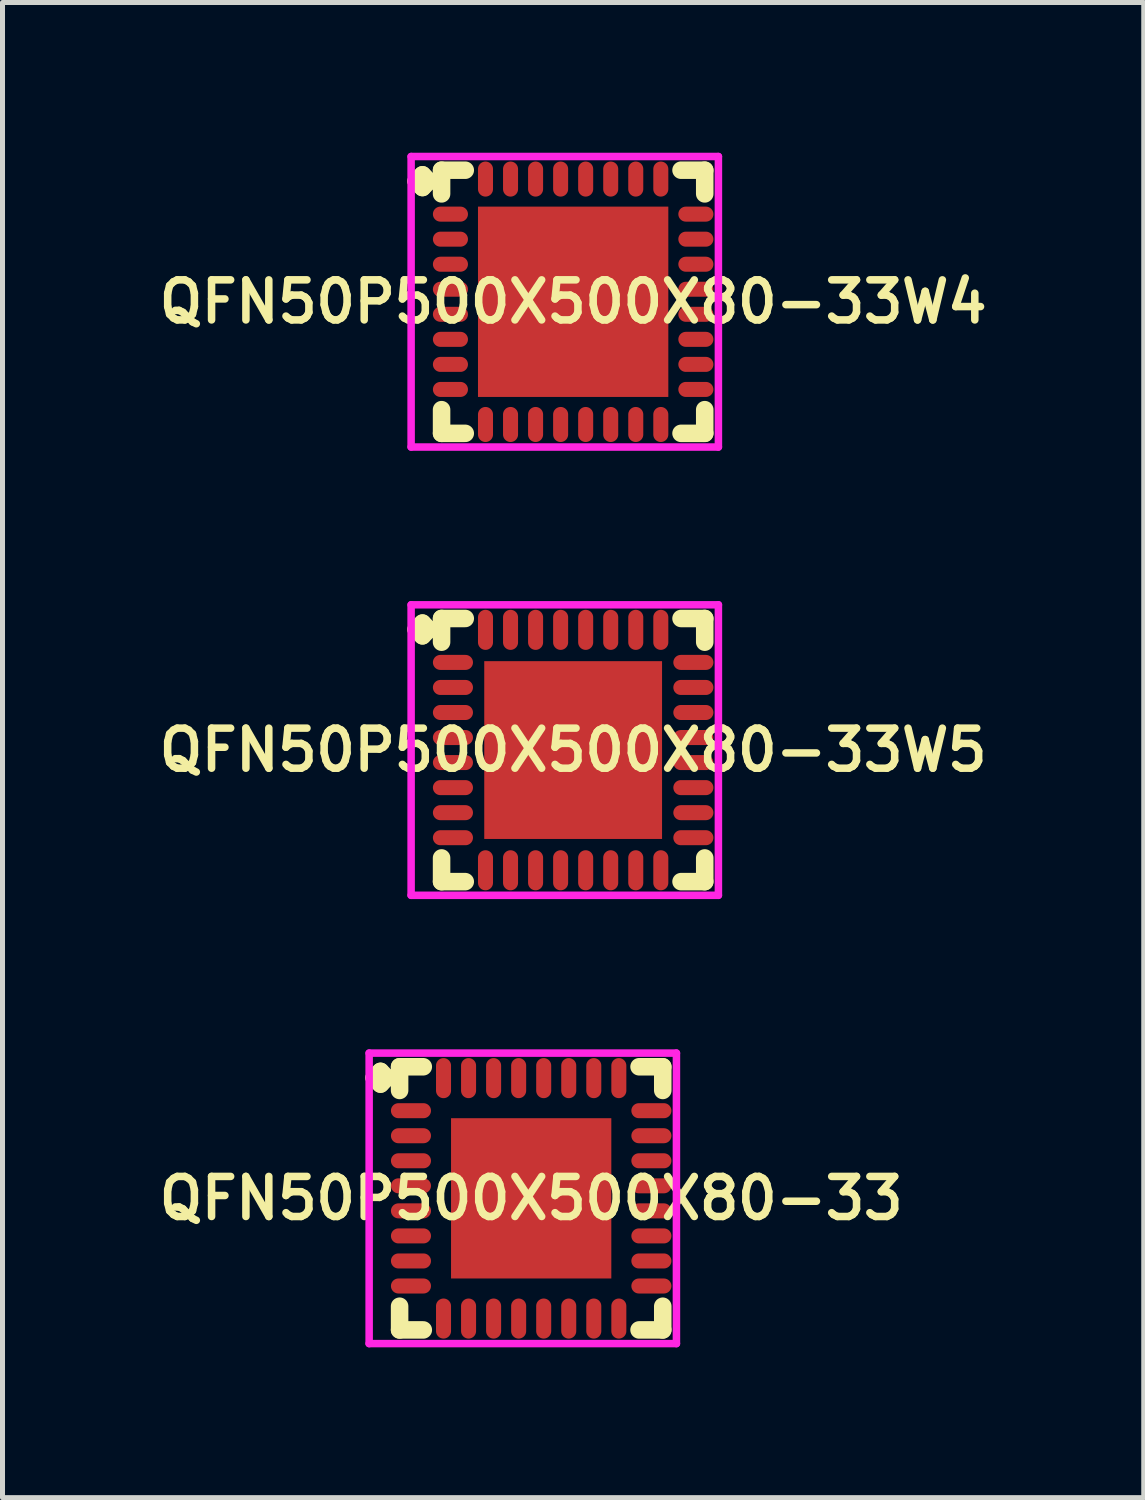
<source format=kicad_pcb>
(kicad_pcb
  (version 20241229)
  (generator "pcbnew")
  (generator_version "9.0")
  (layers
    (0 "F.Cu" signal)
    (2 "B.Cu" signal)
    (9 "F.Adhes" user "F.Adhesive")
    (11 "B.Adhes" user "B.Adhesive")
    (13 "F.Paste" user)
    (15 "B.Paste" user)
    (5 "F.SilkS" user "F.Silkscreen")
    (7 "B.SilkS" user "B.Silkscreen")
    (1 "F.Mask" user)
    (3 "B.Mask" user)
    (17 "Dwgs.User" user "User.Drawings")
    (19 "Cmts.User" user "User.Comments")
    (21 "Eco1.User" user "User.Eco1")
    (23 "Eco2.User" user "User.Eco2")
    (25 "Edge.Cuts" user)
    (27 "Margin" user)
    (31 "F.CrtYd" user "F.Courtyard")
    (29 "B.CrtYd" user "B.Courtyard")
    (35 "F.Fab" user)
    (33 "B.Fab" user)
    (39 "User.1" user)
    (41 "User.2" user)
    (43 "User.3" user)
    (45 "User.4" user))
  (footprint "QFN50P500X500X80-33W4"
    (layer "F.Cu")
    (at 8.393 2.975)
    (property "Reference" "QFN50P500X500X80-33W4" (at 0 0 0) (layer "F.SilkS") (effects (font (size 0.8 0.8) (thickness 0.15))))
    (attr smd)
    (fp_line (start -3.135 -2.408) (end -3.008 -2.535) (stroke (width 0.35) (type solid)) (layer "F.SilkS"))
    (fp_line (start -3.008 -2.535) (end -2.881 -2.408) (stroke (width 0.35) (type solid)) (layer "F.SilkS"))
    (fp_line (start -3.008 -2.281) (end -3.135 -2.408) (stroke (width 0.35) (type solid)) (layer "F.SilkS"))
    (fp_line (start -2.881 -2.408) (end -3.008 -2.281) (stroke (width 0.35) (type solid)) (layer "F.SilkS"))
    (fp_line (start -2.627 -2.627) (end -2.154 -2.627) (stroke (width 0.35) (type solid)) (layer "F.SilkS"))
    (fp_line (start -2.627 -2.154) (end -2.627 -2.627) (stroke (width 0.35) (type solid)) (layer "F.SilkS"))
    (fp_line (start -2.627 2.154) (end -2.627 2.627) (stroke (width 0.35) (type solid)) (layer "F.SilkS"))
    (fp_line (start -2.627 2.627) (end -2.154 2.627) (stroke (width 0.35) (type solid)) (layer "F.SilkS"))
    (fp_line (start 2.154 -2.627) (end 2.627 -2.627) (stroke (width 0.35) (type solid)) (layer "F.SilkS"))
    (fp_line (start 2.154 2.627) (end 2.627 2.627) (stroke (width 0.35) (type solid)) (layer "F.SilkS"))
    (fp_line (start 2.627 -2.627) (end 2.627 -2.154) (stroke (width 0.35) (type solid)) (layer "F.SilkS"))
    (fp_line (start 2.627 2.627) (end 2.627 2.154) (stroke (width 0.35) (type solid)) (layer "F.SilkS"))
    (fp_line (start -3.235 -2.9) (end 2.9 -2.9) (stroke (width 0.15) (type solid)) (layer "F.CrtYd"))
    (fp_line (start -3.235 2.9) (end -3.235 -2.9) (stroke (width 0.15) (type solid)) (layer "F.CrtYd"))
    (fp_line (start 2.9 -2.9) (end 2.9 2.9) (stroke (width 0.15) (type solid)) (layer "F.CrtYd"))
    (fp_line (start 2.9 2.9) (end -3.235 2.9) (stroke (width 0.15) (type solid)) (layer "F.CrtYd"))
    (pad "1" smd oval (at -2.45 -1.75) (size 0.7 0.3) (layers "F.Cu" "F.Mask" "F.Paste"))
    (pad "2" smd oval (at -2.45 -1.25) (size 0.7 0.3) (layers "F.Cu" "F.Mask" "F.Paste"))
    (pad "3" smd oval (at -2.45 -0.75) (size 0.7 0.3) (layers "F.Cu" "F.Mask" "F.Paste"))
    (pad "4" smd oval (at -2.45 -0.25) (size 0.7 0.3) (layers "F.Cu" "F.Mask" "F.Paste"))
    (pad "5" smd oval (at -2.45 0.25) (size 0.7 0.3) (layers "F.Cu" "F.Mask" "F.Paste"))
    (pad "6" smd oval (at -2.45 0.75) (size 0.7 0.3) (layers "F.Cu" "F.Mask" "F.Paste"))
    (pad "7" smd oval (at -2.45 1.25) (size 0.7 0.3) (layers "F.Cu" "F.Mask" "F.Paste"))
    (pad "8" smd oval (at -2.45 1.75) (size 0.7 0.3) (layers "F.Cu" "F.Mask" "F.Paste"))
    (pad "9" smd oval (at -1.75 2.45) (size 0.3 0.7) (layers "F.Cu" "F.Mask" "F.Paste"))
    (pad "10" smd oval (at -1.25 2.45) (size 0.3 0.7) (layers "F.Cu" "F.Mask" "F.Paste"))
    (pad "11" smd oval (at -0.75 2.45) (size 0.3 0.7) (layers "F.Cu" "F.Mask" "F.Paste"))
    (pad "12" smd oval (at -0.25 2.45) (size 0.3 0.7) (layers "F.Cu" "F.Mask" "F.Paste"))
    (pad "13" smd oval (at 0.25 2.45) (size 0.3 0.7) (layers "F.Cu" "F.Mask" "F.Paste"))
    (pad "14" smd oval (at 0.75 2.45) (size 0.3 0.7) (layers "F.Cu" "F.Mask" "F.Paste"))
    (pad "15" smd oval (at 1.25 2.45) (size 0.3 0.7) (layers "F.Cu" "F.Mask" "F.Paste"))
    (pad "16" smd oval (at 1.75 2.45) (size 0.3 0.7) (layers "F.Cu" "F.Mask" "F.Paste"))
    (pad "17" smd oval (at 2.45 1.75) (size 0.7 0.3) (layers "F.Cu" "F.Mask" "F.Paste"))
    (pad "18" smd oval (at 2.45 1.25) (size 0.7 0.3) (layers "F.Cu" "F.Mask" "F.Paste"))
    (pad "19" smd oval (at 2.45 0.75) (size 0.7 0.3) (layers "F.Cu" "F.Mask" "F.Paste"))
    (pad "20" smd oval (at 2.45 0.25) (size 0.7 0.3) (layers "F.Cu" "F.Mask" "F.Paste"))
    (pad "21" smd oval (at 2.45 -0.25) (size 0.7 0.3) (layers "F.Cu" "F.Mask" "F.Paste"))
    (pad "22" smd oval (at 2.45 -0.75) (size 0.7 0.3) (layers "F.Cu" "F.Mask" "F.Paste"))
    (pad "23" smd oval (at 2.45 -1.25) (size 0.7 0.3) (layers "F.Cu" "F.Mask" "F.Paste"))
    (pad "24" smd oval (at 2.45 -1.75) (size 0.7 0.3) (layers "F.Cu" "F.Mask" "F.Paste"))
    (pad "25" smd oval (at 1.75 -2.45) (size 0.3 0.7) (layers "F.Cu" "F.Mask" "F.Paste"))
    (pad "26" smd oval (at 1.25 -2.45) (size 0.3 0.7) (layers "F.Cu" "F.Mask" "F.Paste"))
    (pad "27" smd oval (at 0.75 -2.45) (size 0.3 0.7) (layers "F.Cu" "F.Mask" "F.Paste"))
    (pad "28" smd oval (at 0.25 -2.45) (size 0.3 0.7) (layers "F.Cu" "F.Mask" "F.Paste"))
    (pad "29" smd oval (at -0.25 -2.45) (size 0.3 0.7) (layers "F.Cu" "F.Mask" "F.Paste"))
    (pad "30" smd oval (at -0.75 -2.45) (size 0.3 0.7) (layers "F.Cu" "F.Mask" "F.Paste"))
    (pad "31" smd oval (at -1.25 -2.45) (size 0.3 0.7) (layers "F.Cu" "F.Mask" "F.Paste"))
    (pad "32" smd oval (at -1.75 -2.45) (size 0.3 0.7) (layers "F.Cu" "F.Mask" "F.Paste"))
    (pad "33" smd rect (at 0 0) (size 3.8 3.8) (layers "F.Cu" "F.Mask" "F.Paste")))
  (footprint "QFN50P500X500X80-33"
    (layer "F.Cu")
    (at 7.555 20.875)
    (property "Reference" "QFN50P500X500X80-33" (at 0 0 0) (layer "F.SilkS") (effects (font (size 0.8 0.8) (thickness 0.15))))
    (attr smd)
    (fp_line (start -3.135 -2.408) (end -3.008 -2.535) (stroke (width 0.35) (type solid)) (layer "F.SilkS"))
    (fp_line (start -3.008 -2.535) (end -2.881 -2.408) (stroke (width 0.35) (type solid)) (layer "F.SilkS"))
    (fp_line (start -3.008 -2.281) (end -3.135 -2.408) (stroke (width 0.35) (type solid)) (layer "F.SilkS"))
    (fp_line (start -2.881 -2.408) (end -3.008 -2.281) (stroke (width 0.35) (type solid)) (layer "F.SilkS"))
    (fp_line (start -2.627 -2.627) (end -2.154 -2.627) (stroke (width 0.35) (type solid)) (layer "F.SilkS"))
    (fp_line (start -2.627 -2.154) (end -2.627 -2.627) (stroke (width 0.35) (type solid)) (layer "F.SilkS"))
    (fp_line (start -2.627 2.154) (end -2.627 2.627) (stroke (width 0.35) (type solid)) (layer "F.SilkS"))
    (fp_line (start -2.627 2.627) (end -2.154 2.627) (stroke (width 0.35) (type solid)) (layer "F.SilkS"))
    (fp_line (start 2.154 -2.627) (end 2.627 -2.627) (stroke (width 0.35) (type solid)) (layer "F.SilkS"))
    (fp_line (start 2.154 2.627) (end 2.627 2.627) (stroke (width 0.35) (type solid)) (layer "F.SilkS"))
    (fp_line (start 2.627 -2.627) (end 2.627 -2.154) (stroke (width 0.35) (type solid)) (layer "F.SilkS"))
    (fp_line (start 2.627 2.627) (end 2.627 2.154) (stroke (width 0.35) (type solid)) (layer "F.SilkS"))
    (fp_line (start -3.235 -2.9) (end 2.9 -2.9) (stroke (width 0.15) (type solid)) (layer "F.CrtYd"))
    (fp_line (start -3.235 2.9) (end -3.235 -2.9) (stroke (width 0.15) (type solid)) (layer "F.CrtYd"))
    (fp_line (start 2.9 -2.9) (end 2.9 2.9) (stroke (width 0.15) (type solid)) (layer "F.CrtYd"))
    (fp_line (start 2.9 2.9) (end -3.235 2.9) (stroke (width 0.15) (type solid)) (layer "F.CrtYd"))
    (pad "1" smd oval (at -2.4 -1.75) (size 0.8 0.3) (layers "F.Cu" "F.Mask" "F.Paste"))
    (pad "2" smd oval (at -2.4 -1.25) (size 0.8 0.3) (layers "F.Cu" "F.Mask" "F.Paste"))
    (pad "3" smd oval (at -2.4 -0.75) (size 0.8 0.3) (layers "F.Cu" "F.Mask" "F.Paste"))
    (pad "4" smd oval (at -2.4 -0.25) (size 0.8 0.3) (layers "F.Cu" "F.Mask" "F.Paste"))
    (pad "5" smd oval (at -2.4 0.25) (size 0.8 0.3) (layers "F.Cu" "F.Mask" "F.Paste"))
    (pad "6" smd oval (at -2.4 0.75) (size 0.8 0.3) (layers "F.Cu" "F.Mask" "F.Paste"))
    (pad "7" smd oval (at -2.4 1.25) (size 0.8 0.3) (layers "F.Cu" "F.Mask" "F.Paste"))
    (pad "8" smd oval (at -2.4 1.75) (size 0.8 0.3) (layers "F.Cu" "F.Mask" "F.Paste"))
    (pad "9" smd oval (at -1.75 2.4) (size 0.3 0.8) (layers "F.Cu" "F.Mask" "F.Paste"))
    (pad "10" smd oval (at -1.25 2.4) (size 0.3 0.8) (layers "F.Cu" "F.Mask" "F.Paste"))
    (pad "11" smd oval (at -0.75 2.4) (size 0.3 0.8) (layers "F.Cu" "F.Mask" "F.Paste"))
    (pad "12" smd oval (at -0.25 2.4) (size 0.3 0.8) (layers "F.Cu" "F.Mask" "F.Paste"))
    (pad "13" smd oval (at 0.25 2.4) (size 0.3 0.8) (layers "F.Cu" "F.Mask" "F.Paste"))
    (pad "14" smd oval (at 0.75 2.4) (size 0.3 0.8) (layers "F.Cu" "F.Mask" "F.Paste"))
    (pad "15" smd oval (at 1.25 2.4) (size 0.3 0.8) (layers "F.Cu" "F.Mask" "F.Paste"))
    (pad "16" smd oval (at 1.75 2.4) (size 0.3 0.8) (layers "F.Cu" "F.Mask" "F.Paste"))
    (pad "17" smd oval (at 2.4 1.75) (size 0.8 0.3) (layers "F.Cu" "F.Mask" "F.Paste"))
    (pad "18" smd oval (at 2.4 1.25) (size 0.8 0.3) (layers "F.Cu" "F.Mask" "F.Paste"))
    (pad "19" smd oval (at 2.4 0.75) (size 0.8 0.3) (layers "F.Cu" "F.Mask" "F.Paste"))
    (pad "20" smd oval (at 2.4 0.25) (size 0.8 0.3) (layers "F.Cu" "F.Mask" "F.Paste"))
    (pad "21" smd oval (at 2.4 -0.25) (size 0.8 0.3) (layers "F.Cu" "F.Mask" "F.Paste"))
    (pad "22" smd oval (at 2.4 -0.75) (size 0.8 0.3) (layers "F.Cu" "F.Mask" "F.Paste"))
    (pad "23" smd oval (at 2.4 -1.25) (size 0.8 0.3) (layers "F.Cu" "F.Mask" "F.Paste"))
    (pad "24" smd oval (at 2.4 -1.75) (size 0.8 0.3) (layers "F.Cu" "F.Mask" "F.Paste"))
    (pad "25" smd oval (at 1.75 -2.4) (size 0.3 0.8) (layers "F.Cu" "F.Mask" "F.Paste"))
    (pad "26" smd oval (at 1.25 -2.4) (size 0.3 0.8) (layers "F.Cu" "F.Mask" "F.Paste"))
    (pad "27" smd oval (at 0.75 -2.4) (size 0.3 0.8) (layers "F.Cu" "F.Mask" "F.Paste"))
    (pad "28" smd oval (at 0.25 -2.4) (size 0.3 0.8) (layers "F.Cu" "F.Mask" "F.Paste"))
    (pad "29" smd oval (at -0.25 -2.4) (size 0.3 0.8) (layers "F.Cu" "F.Mask" "F.Paste"))
    (pad "30" smd oval (at -0.75 -2.4) (size 0.3 0.8) (layers "F.Cu" "F.Mask" "F.Paste"))
    (pad "31" smd oval (at -1.25 -2.4) (size 0.3 0.8) (layers "F.Cu" "F.Mask" "F.Paste"))
    (pad "32" smd oval (at -1.75 -2.4) (size 0.3 0.8) (layers "F.Cu" "F.Mask" "F.Paste"))
    (pad "33" smd rect (at 0 0) (size 3.2 3.2) (layers "F.Cu" "F.Mask" "F.Paste")))
  (footprint "QFN50P500X500X80-33W5"
    (layer "F.Cu")
    (at 8.393 11.925)
    (property "Reference" "QFN50P500X500X80-33W5" (at 0 0 0) (layer "F.SilkS") (effects (font (size 0.8 0.8) (thickness 0.15))))
    (attr smd)
    (fp_line (start -3.135 -2.408) (end -3.008 -2.535) (stroke (width 0.35) (type solid)) (layer "F.SilkS"))
    (fp_line (start -3.008 -2.535) (end -2.881 -2.408) (stroke (width 0.35) (type solid)) (layer "F.SilkS"))
    (fp_line (start -3.008 -2.281) (end -3.135 -2.408) (stroke (width 0.35) (type solid)) (layer "F.SilkS"))
    (fp_line (start -2.881 -2.408) (end -3.008 -2.281) (stroke (width 0.35) (type solid)) (layer "F.SilkS"))
    (fp_line (start -2.627 -2.627) (end -2.154 -2.627) (stroke (width 0.35) (type solid)) (layer "F.SilkS"))
    (fp_line (start -2.627 -2.154) (end -2.627 -2.627) (stroke (width 0.35) (type solid)) (layer "F.SilkS"))
    (fp_line (start -2.627 2.154) (end -2.627 2.627) (stroke (width 0.35) (type solid)) (layer "F.SilkS"))
    (fp_line (start -2.627 2.627) (end -2.154 2.627) (stroke (width 0.35) (type solid)) (layer "F.SilkS"))
    (fp_line (start 2.154 -2.627) (end 2.627 -2.627) (stroke (width 0.35) (type solid)) (layer "F.SilkS"))
    (fp_line (start 2.154 2.627) (end 2.627 2.627) (stroke (width 0.35) (type solid)) (layer "F.SilkS"))
    (fp_line (start 2.627 -2.627) (end 2.627 -2.154) (stroke (width 0.35) (type solid)) (layer "F.SilkS"))
    (fp_line (start 2.627 2.627) (end 2.627 2.154) (stroke (width 0.35) (type solid)) (layer "F.SilkS"))
    (fp_line (start -3.235 -2.9) (end 2.9 -2.9) (stroke (width 0.15) (type solid)) (layer "F.CrtYd"))
    (fp_line (start -3.235 2.9) (end -3.235 -2.9) (stroke (width 0.15) (type solid)) (layer "F.CrtYd"))
    (fp_line (start 2.9 -2.9) (end 2.9 2.9) (stroke (width 0.15) (type solid)) (layer "F.CrtYd"))
    (fp_line (start 2.9 2.9) (end -3.235 2.9) (stroke (width 0.15) (type solid)) (layer "F.CrtYd"))
    (pad "1" smd oval (at -2.4 -1.75) (size 0.8 0.3) (layers "F.Cu" "F.Mask" "F.Paste"))
    (pad "2" smd oval (at -2.4 -1.25) (size 0.8 0.3) (layers "F.Cu" "F.Mask" "F.Paste"))
    (pad "3" smd oval (at -2.4 -0.75) (size 0.8 0.3) (layers "F.Cu" "F.Mask" "F.Paste"))
    (pad "4" smd oval (at -2.4 -0.25) (size 0.8 0.3) (layers "F.Cu" "F.Mask" "F.Paste"))
    (pad "5" smd oval (at -2.4 0.25) (size 0.8 0.3) (layers "F.Cu" "F.Mask" "F.Paste"))
    (pad "6" smd oval (at -2.4 0.75) (size 0.8 0.3) (layers "F.Cu" "F.Mask" "F.Paste"))
    (pad "7" smd oval (at -2.4 1.25) (size 0.8 0.3) (layers "F.Cu" "F.Mask" "F.Paste"))
    (pad "8" smd oval (at -2.4 1.75) (size 0.8 0.3) (layers "F.Cu" "F.Mask" "F.Paste"))
    (pad "9" smd oval (at -1.75 2.4) (size 0.3 0.8) (layers "F.Cu" "F.Mask" "F.Paste"))
    (pad "10" smd oval (at -1.25 2.4) (size 0.3 0.8) (layers "F.Cu" "F.Mask" "F.Paste"))
    (pad "11" smd oval (at -0.75 2.4) (size 0.3 0.8) (layers "F.Cu" "F.Mask" "F.Paste"))
    (pad "12" smd oval (at -0.25 2.4) (size 0.3 0.8) (layers "F.Cu" "F.Mask" "F.Paste"))
    (pad "13" smd oval (at 0.25 2.4) (size 0.3 0.8) (layers "F.Cu" "F.Mask" "F.Paste"))
    (pad "14" smd oval (at 0.75 2.4) (size 0.3 0.8) (layers "F.Cu" "F.Mask" "F.Paste"))
    (pad "15" smd oval (at 1.25 2.4) (size 0.3 0.8) (layers "F.Cu" "F.Mask" "F.Paste"))
    (pad "16" smd oval (at 1.75 2.4) (size 0.3 0.8) (layers "F.Cu" "F.Mask" "F.Paste"))
    (pad "17" smd oval (at 2.4 1.75) (size 0.8 0.3) (layers "F.Cu" "F.Mask" "F.Paste"))
    (pad "18" smd oval (at 2.4 1.25) (size 0.8 0.3) (layers "F.Cu" "F.Mask" "F.Paste"))
    (pad "19" smd oval (at 2.4 0.75) (size 0.8 0.3) (layers "F.Cu" "F.Mask" "F.Paste"))
    (pad "20" smd oval (at 2.4 0.25) (size 0.8 0.3) (layers "F.Cu" "F.Mask" "F.Paste"))
    (pad "21" smd oval (at 2.4 -0.25) (size 0.8 0.3) (layers "F.Cu" "F.Mask" "F.Paste"))
    (pad "22" smd oval (at 2.4 -0.75) (size 0.8 0.3) (layers "F.Cu" "F.Mask" "F.Paste"))
    (pad "23" smd oval (at 2.4 -1.25) (size 0.8 0.3) (layers "F.Cu" "F.Mask" "F.Paste"))
    (pad "24" smd oval (at 2.4 -1.75) (size 0.8 0.3) (layers "F.Cu" "F.Mask" "F.Paste"))
    (pad "25" smd oval (at 1.75 -2.4) (size 0.3 0.8) (layers "F.Cu" "F.Mask" "F.Paste"))
    (pad "26" smd oval (at 1.25 -2.4) (size 0.3 0.8) (layers "F.Cu" "F.Mask" "F.Paste"))
    (pad "27" smd oval (at 0.75 -2.4) (size 0.3 0.8) (layers "F.Cu" "F.Mask" "F.Paste"))
    (pad "28" smd oval (at 0.25 -2.4) (size 0.3 0.8) (layers "F.Cu" "F.Mask" "F.Paste"))
    (pad "29" smd oval (at -0.25 -2.4) (size 0.3 0.8) (layers "F.Cu" "F.Mask" "F.Paste"))
    (pad "30" smd oval (at -0.75 -2.4) (size 0.3 0.8) (layers "F.Cu" "F.Mask" "F.Paste"))
    (pad "31" smd oval (at -1.25 -2.4) (size 0.3 0.8) (layers "F.Cu" "F.Mask" "F.Paste"))
    (pad "32" smd oval (at -1.75 -2.4) (size 0.3 0.8) (layers "F.Cu" "F.Mask" "F.Paste"))
    (pad "33" smd rect (at 0 0) (size 3.55 3.55) (layers "F.Cu" "F.Mask" "F.Paste")))
  (gr_rect
    (start -3 -3)
    (end 19.785 26.85)
    (stroke (width 0.1) (type default))
    (fill no)
    (layer "Edge.Cuts")))
</source>
